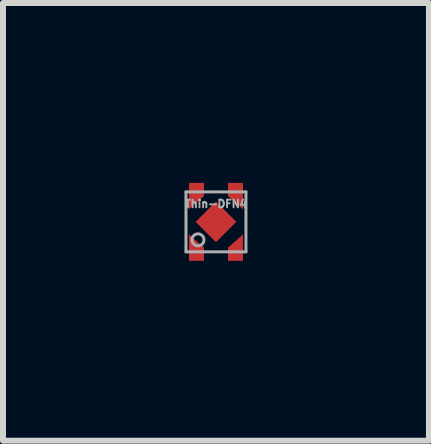
<source format=kicad_pcb>
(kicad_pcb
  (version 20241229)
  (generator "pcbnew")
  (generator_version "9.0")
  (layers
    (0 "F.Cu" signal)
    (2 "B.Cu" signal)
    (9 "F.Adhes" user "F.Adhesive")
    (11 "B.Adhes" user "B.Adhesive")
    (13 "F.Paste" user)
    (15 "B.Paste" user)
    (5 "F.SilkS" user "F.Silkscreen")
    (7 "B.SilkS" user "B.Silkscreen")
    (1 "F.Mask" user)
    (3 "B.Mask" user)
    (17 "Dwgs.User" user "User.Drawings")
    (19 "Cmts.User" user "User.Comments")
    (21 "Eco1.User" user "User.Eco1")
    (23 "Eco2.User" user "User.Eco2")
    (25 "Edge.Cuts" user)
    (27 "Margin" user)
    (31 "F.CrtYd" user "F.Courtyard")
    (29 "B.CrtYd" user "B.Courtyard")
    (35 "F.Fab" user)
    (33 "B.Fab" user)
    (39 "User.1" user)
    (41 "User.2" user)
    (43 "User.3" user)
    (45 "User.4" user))
  (footprint "Thin-DFN4"
    (layer "F.Cu")
    (at 0.552 0.65)
    (property "Reference" "Thin-DFN4" (at 0 -0.3 0) (layer "F.Fab") (effects (font (size 0.127 0.127) (thickness 0.032))))
    (attr smd)
    (fp_line (start -0.5 -0.5) (end -0.5 0.5) (stroke (width 0.05) (type solid)) (layer "F.Fab"))
    (fp_line (start -0.5 0.5) (end 0.5 0.5) (stroke (width 0.05) (type solid)) (layer "F.Fab"))
    (fp_line (start 0.5 -0.5) (end -0.5 -0.5) (stroke (width 0.05) (type solid)) (layer "F.Fab"))
    (fp_line (start 0.5 0.5) (end 0.5 -0.5) (stroke (width 0.05) (type solid)) (layer "F.Fab"))
    (fp_circle (center -0.3 0.3) (end -0.2 0.3) (stroke (width 0.05) (type solid)) (fill no) (layer "F.Fab"))
    (pad "1" smd trapezoid (at -0.325 0.43) (size 0.25 0.22) (rect_delta 0.22 0) (layers "F.Cu" "F.Mask" "F.Paste"))
    (pad "1" smd trapezoid (at -0.325 0.54) (size 0.25 0.22) (layers "F.Cu" "F.Mask" "F.Paste"))
    (pad "2" smd trapezoid (at 0 0 45) (size 0.48 0.48) (layers "F.Cu" "F.Mask" "F.Paste"))
    (pad "2" smd trapezoid (at 0.325 0.43 180) (size 0.25 0.22) (rect_delta 0.22 0) (layers "F.Cu" "F.Mask" "F.Paste"))
    (pad "2" smd trapezoid (at 0.325 0.54) (size 0.25 0.22) (layers "F.Cu" "F.Mask" "F.Paste"))
    (pad "3" smd trapezoid (at 0.325 -0.54) (size 0.25 0.22) (layers "F.Cu" "F.Mask" "F.Paste"))
    (pad "3" smd trapezoid (at 0.325 -0.43 180) (size 0.25 0.22) (rect_delta 0.22 0) (layers "F.Cu" "F.Mask" "F.Paste"))
    (pad "4" smd trapezoid (at -0.325 -0.54) (size 0.25 0.22) (layers "F.Cu" "F.Mask" "F.Paste"))
    (pad "4" smd trapezoid (at -0.325 -0.43) (size 0.25 0.22) (rect_delta 0.22 0) (layers "F.Cu" "F.Mask" "F.Paste")))
  (gr_rect
    (start -3 -3)
    (end 4.104 4.3)
    (stroke (width 0.1) (type default))
    (fill no)
    (layer "Edge.Cuts")))
</source>
